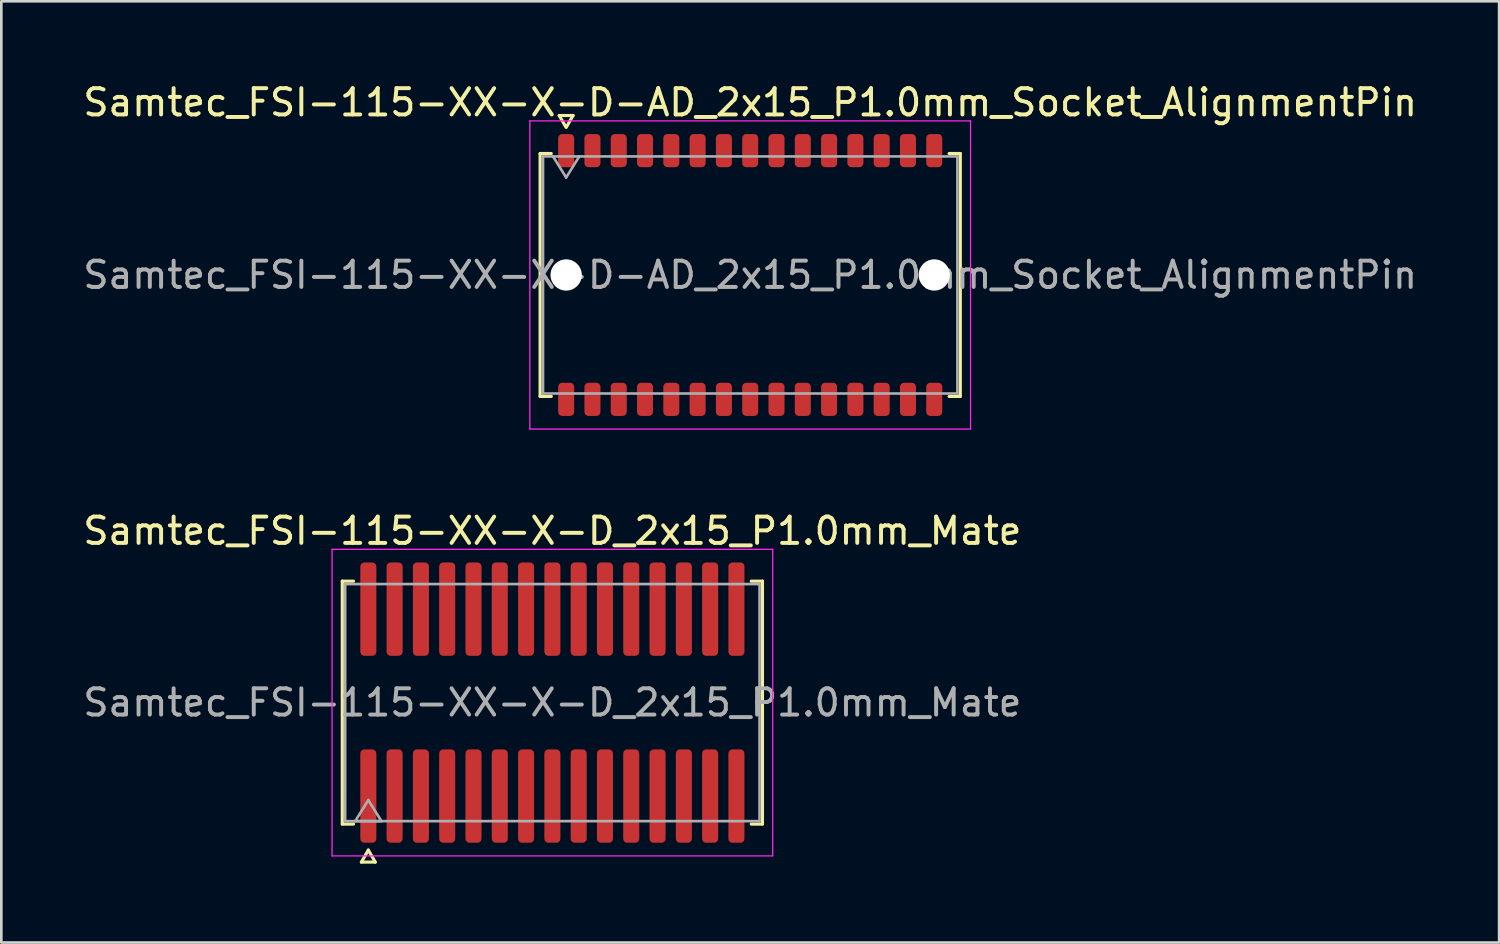
<source format=kicad_pcb>
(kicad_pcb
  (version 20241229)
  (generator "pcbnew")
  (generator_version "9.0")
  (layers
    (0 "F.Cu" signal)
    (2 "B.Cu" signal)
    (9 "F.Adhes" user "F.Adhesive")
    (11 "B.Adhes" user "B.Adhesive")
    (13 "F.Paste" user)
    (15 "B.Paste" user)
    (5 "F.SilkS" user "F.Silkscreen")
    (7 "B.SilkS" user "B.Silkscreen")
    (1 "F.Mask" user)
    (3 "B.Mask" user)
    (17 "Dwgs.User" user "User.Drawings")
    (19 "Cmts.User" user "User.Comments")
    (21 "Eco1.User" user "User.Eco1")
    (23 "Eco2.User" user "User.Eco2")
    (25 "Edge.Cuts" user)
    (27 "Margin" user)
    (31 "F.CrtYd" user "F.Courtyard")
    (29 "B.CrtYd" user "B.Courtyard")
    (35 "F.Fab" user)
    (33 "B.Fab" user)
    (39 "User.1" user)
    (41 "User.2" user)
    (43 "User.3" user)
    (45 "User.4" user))
  (footprint "Samtec_FSI-115-XX-X-D_2x15_P1.0mm_Mate"
    (layer "F.Cu")
    (at 17.958 23.672)
    (property "Reference" "Samtec_FSI-115-XX-X-D_2x15_P1.0mm_Mate" (at 0 -6.53 0) (layer "F.SilkS") (effects (font (size 1 1) (thickness 0.15))))
    (attr smd exclude_from_pos_files exclude_from_bom)
    (fp_line (start -7.99 -4.619) (end -7.565 -4.619) (stroke (width 0.12) (type solid)) (layer "F.SilkS"))
    (fp_line (start -7.99 4.619) (end -7.99 -4.619) (stroke (width 0.12) (type solid)) (layer "F.SilkS"))
    (fp_line (start -7.565 4.619) (end -7.99 4.619) (stroke (width 0.12) (type solid)) (layer "F.SilkS"))
    (fp_line (start -7.264 6.066) (end -7 5.609) (stroke (width 0.12) (type solid)) (layer "F.SilkS"))
    (fp_line (start -7 5.609) (end -6.736 6.066) (stroke (width 0.12) (type solid)) (layer "F.SilkS"))
    (fp_line (start -6.736 6.066) (end -7.264 6.066) (stroke (width 0.12) (type solid)) (layer "F.SilkS"))
    (fp_line (start 7.565 -4.619) (end 7.99 -4.619) (stroke (width 0.12) (type solid)) (layer "F.SilkS"))
    (fp_line (start 7.99 -4.619) (end 7.99 4.619) (stroke (width 0.12) (type solid)) (layer "F.SilkS"))
    (fp_line (start 7.99 4.619) (end 7.565 4.619) (stroke (width 0.12) (type solid)) (layer "F.SilkS"))
    (fp_line (start -8.38 -5.83) (end -8.38 5.83) (stroke (width 0.05) (type solid)) (layer "F.CrtYd"))
    (fp_line (start -8.38 5.83) (end 8.38 5.83) (stroke (width 0.05) (type solid)) (layer "F.CrtYd"))
    (fp_line (start 8.38 -5.83) (end -8.38 -5.83) (stroke (width 0.05) (type solid)) (layer "F.CrtYd"))
    (fp_line (start 8.38 5.83) (end 8.38 -5.83) (stroke (width 0.05) (type solid)) (layer "F.CrtYd"))
    (fp_line (start -7.88 -4.508) (end 7.88 -4.508) (stroke (width 0.1) (type solid)) (layer "F.Fab"))
    (fp_line (start -7.88 4.508) (end -7.88 -4.508) (stroke (width 0.1) (type solid)) (layer "F.Fab"))
    (fp_line (start -7.5 4.508) (end -7 3.708) (stroke (width 0.1) (type solid)) (layer "F.Fab"))
    (fp_line (start -7 3.708) (end -6.5 4.508) (stroke (width 0.1) (type solid)) (layer "F.Fab"))
    (fp_line (start -6.5 4.508) (end -7.5 4.508) (stroke (width 0.1) (type solid)) (layer "F.Fab"))
    (fp_line (start 7.88 -4.508) (end 7.88 4.508) (stroke (width 0.1) (type solid)) (layer "F.Fab"))
    (fp_line (start 7.88 4.508) (end -7.88 4.508) (stroke (width 0.1) (type solid)) (layer "F.Fab"))
    (fp_text user "${REFERENCE}" (at 0 0 0) (layer "F.Fab") (effects (font (size 1 1) (thickness 0.15))))
    (pad "1" smd roundrect (at -7 3.555) (size 0.61 3.55) (layers "F.Cu" "F.Mask") (roundrect_rratio 0.25))
    (pad "2" smd roundrect (at -7 -3.555) (size 0.61 3.55) (layers "F.Cu" "F.Mask") (roundrect_rratio 0.25))
    (pad "3" smd roundrect (at -6 3.555) (size 0.61 3.55) (layers "F.Cu" "F.Mask") (roundrect_rratio 0.25))
    (pad "4" smd roundrect (at -6 -3.555) (size 0.61 3.55) (layers "F.Cu" "F.Mask") (roundrect_rratio 0.25))
    (pad "5" smd roundrect (at -5 3.555) (size 0.61 3.55) (layers "F.Cu" "F.Mask") (roundrect_rratio 0.25))
    (pad "6" smd roundrect (at -5 -3.555) (size 0.61 3.55) (layers "F.Cu" "F.Mask") (roundrect_rratio 0.25))
    (pad "7" smd roundrect (at -4 3.555) (size 0.61 3.55) (layers "F.Cu" "F.Mask") (roundrect_rratio 0.25))
    (pad "8" smd roundrect (at -4 -3.555) (size 0.61 3.55) (layers "F.Cu" "F.Mask") (roundrect_rratio 0.25))
    (pad "9" smd roundrect (at -3 3.555) (size 0.61 3.55) (layers "F.Cu" "F.Mask") (roundrect_rratio 0.25))
    (pad "10" smd roundrect (at -3 -3.555) (size 0.61 3.55) (layers "F.Cu" "F.Mask") (roundrect_rratio 0.25))
    (pad "11" smd roundrect (at -2 3.555) (size 0.61 3.55) (layers "F.Cu" "F.Mask") (roundrect_rratio 0.25))
    (pad "12" smd roundrect (at -2 -3.555) (size 0.61 3.55) (layers "F.Cu" "F.Mask") (roundrect_rratio 0.25))
    (pad "13" smd roundrect (at -1 3.555) (size 0.61 3.55) (layers "F.Cu" "F.Mask") (roundrect_rratio 0.25))
    (pad "14" smd roundrect (at -1 -3.555) (size 0.61 3.55) (layers "F.Cu" "F.Mask") (roundrect_rratio 0.25))
    (pad "15" smd roundrect (at 0 3.555) (size 0.61 3.55) (layers "F.Cu" "F.Mask") (roundrect_rratio 0.25))
    (pad "16" smd roundrect (at 0 -3.555) (size 0.61 3.55) (layers "F.Cu" "F.Mask") (roundrect_rratio 0.25))
    (pad "17" smd roundrect (at 1 3.555) (size 0.61 3.55) (layers "F.Cu" "F.Mask") (roundrect_rratio 0.25))
    (pad "18" smd roundrect (at 1 -3.555) (size 0.61 3.55) (layers "F.Cu" "F.Mask") (roundrect_rratio 0.25))
    (pad "19" smd roundrect (at 2 3.555) (size 0.61 3.55) (layers "F.Cu" "F.Mask") (roundrect_rratio 0.25))
    (pad "20" smd roundrect (at 2 -3.555) (size 0.61 3.55) (layers "F.Cu" "F.Mask") (roundrect_rratio 0.25))
    (pad "21" smd roundrect (at 3 3.555) (size 0.61 3.55) (layers "F.Cu" "F.Mask") (roundrect_rratio 0.25))
    (pad "22" smd roundrect (at 3 -3.555) (size 0.61 3.55) (layers "F.Cu" "F.Mask") (roundrect_rratio 0.25))
    (pad "23" smd roundrect (at 4 3.555) (size 0.61 3.55) (layers "F.Cu" "F.Mask") (roundrect_rratio 0.25))
    (pad "24" smd roundrect (at 4 -3.555) (size 0.61 3.55) (layers "F.Cu" "F.Mask") (roundrect_rratio 0.25))
    (pad "25" smd roundrect (at 5 3.555) (size 0.61 3.55) (layers "F.Cu" "F.Mask") (roundrect_rratio 0.25))
    (pad "26" smd roundrect (at 5 -3.555) (size 0.61 3.55) (layers "F.Cu" "F.Mask") (roundrect_rratio 0.25))
    (pad "27" smd roundrect (at 6 3.555) (size 0.61 3.55) (layers "F.Cu" "F.Mask") (roundrect_rratio 0.25))
    (pad "28" smd roundrect (at 6 -3.555) (size 0.61 3.55) (layers "F.Cu" "F.Mask") (roundrect_rratio 0.25))
    (pad "29" smd roundrect (at 7 3.555) (size 0.61 3.55) (layers "F.Cu" "F.Mask") (roundrect_rratio 0.25))
    (pad "30" smd roundrect (at 7 -3.555) (size 0.61 3.55) (layers "F.Cu" "F.Mask") (roundrect_rratio 0.25)))
  (footprint "Samtec_FSI-115-XX-X-D-AD_2x15_P1.0mm_Socket_AlignmentPin"
    (layer "F.Cu")
    (at 25.482 7.408)
    (property "Reference" "Samtec_FSI-115-XX-X-D-AD_2x15_P1.0mm_Socket_AlignmentPin" (at 0 -6.56 0) (layer "F.SilkS") (effects (font (size 1 1) (thickness 0.15))))
    (attr smd)
    (fp_line (start -7.99 -4.619) (end -7.565 -4.619) (stroke (width 0.12) (type solid)) (layer "F.SilkS"))
    (fp_line (start -7.99 4.619) (end -7.99 -4.619) (stroke (width 0.12) (type solid)) (layer "F.SilkS"))
    (fp_line (start -7.565 4.619) (end -7.99 4.619) (stroke (width 0.12) (type solid)) (layer "F.SilkS"))
    (fp_line (start -7.264 -6.066) (end -7.007 -5.62) (stroke (width 0.12) (type solid)) (layer "F.SilkS"))
    (fp_line (start -6.993 -5.62) (end -6.736 -6.066) (stroke (width 0.12) (type solid)) (layer "F.SilkS"))
    (fp_line (start -6.736 -6.066) (end -7.264 -6.066) (stroke (width 0.12) (type solid)) (layer "F.SilkS"))
    (fp_line (start 7.565 -4.619) (end 7.99 -4.619) (stroke (width 0.12) (type solid)) (layer "F.SilkS"))
    (fp_line (start 7.99 -4.619) (end 7.99 4.619) (stroke (width 0.12) (type solid)) (layer "F.SilkS"))
    (fp_line (start 7.99 4.619) (end 7.565 4.619) (stroke (width 0.12) (type solid)) (layer "F.SilkS"))
    (fp_line (start -8.38 -5.86) (end -8.38 5.86) (stroke (width 0.05) (type solid)) (layer "F.CrtYd"))
    (fp_line (start -8.38 5.86) (end 8.38 5.86) (stroke (width 0.05) (type solid)) (layer "F.CrtYd"))
    (fp_line (start 8.38 -5.86) (end -8.38 -5.86) (stroke (width 0.05) (type solid)) (layer "F.CrtYd"))
    (fp_line (start 8.38 5.86) (end 8.38 -5.86) (stroke (width 0.05) (type solid)) (layer "F.CrtYd"))
    (fp_line (start -7.88 -4.508) (end 7.88 -4.508) (stroke (width 0.1) (type solid)) (layer "F.Fab"))
    (fp_line (start -7.88 4.508) (end -7.88 -4.508) (stroke (width 0.1) (type solid)) (layer "F.Fab"))
    (fp_line (start -7.5 -4.508) (end -7 -3.708) (stroke (width 0.1) (type solid)) (layer "F.Fab"))
    (fp_line (start -7 -3.708) (end -6.5 -4.508) (stroke (width 0.1) (type solid)) (layer "F.Fab"))
    (fp_line (start 7.88 -4.508) (end 7.88 4.508) (stroke (width 0.1) (type solid)) (layer "F.Fab"))
    (fp_line (start 7.88 4.508) (end -7.88 4.508) (stroke (width 0.1) (type solid)) (layer "F.Fab"))
    (fp_text user "${REFERENCE}" (at 0 0 0) (layer "F.Fab") (effects (font (size 1 1) (thickness 0.15))))
    (pad "" np_thru_hole circle (at -7 0) (size 1.19 1.19) (drill 1.19) (layers "*.Cu" "*.Mask"))
    (pad "" np_thru_hole circle (at 7 0) (size 1.19 1.19) (drill 1.19) (layers "*.Cu" "*.Mask"))
    (pad "1" smd roundrect (at -7 -4.73) (size 0.61 1.26) (layers "F.Cu" "F.Mask" "F.Paste") (roundrect_rratio 0.25))
    (pad "2" smd roundrect (at -7 4.73) (size 0.61 1.26) (layers "F.Cu" "F.Mask" "F.Paste") (roundrect_rratio 0.25))
    (pad "3" smd roundrect (at -6 -4.73) (size 0.61 1.26) (layers "F.Cu" "F.Mask" "F.Paste") (roundrect_rratio 0.25))
    (pad "4" smd roundrect (at -6 4.73) (size 0.61 1.26) (layers "F.Cu" "F.Mask" "F.Paste") (roundrect_rratio 0.25))
    (pad "5" smd roundrect (at -5 -4.73) (size 0.61 1.26) (layers "F.Cu" "F.Mask" "F.Paste") (roundrect_rratio 0.25))
    (pad "6" smd roundrect (at -5 4.73) (size 0.61 1.26) (layers "F.Cu" "F.Mask" "F.Paste") (roundrect_rratio 0.25))
    (pad "7" smd roundrect (at -4 -4.73) (size 0.61 1.26) (layers "F.Cu" "F.Mask" "F.Paste") (roundrect_rratio 0.25))
    (pad "8" smd roundrect (at -4 4.73) (size 0.61 1.26) (layers "F.Cu" "F.Mask" "F.Paste") (roundrect_rratio 0.25))
    (pad "9" smd roundrect (at -3 -4.73) (size 0.61 1.26) (layers "F.Cu" "F.Mask" "F.Paste") (roundrect_rratio 0.25))
    (pad "10" smd roundrect (at -3 4.73) (size 0.61 1.26) (layers "F.Cu" "F.Mask" "F.Paste") (roundrect_rratio 0.25))
    (pad "11" smd roundrect (at -2 -4.73) (size 0.61 1.26) (layers "F.Cu" "F.Mask" "F.Paste") (roundrect_rratio 0.25))
    (pad "12" smd roundrect (at -2 4.73) (size 0.61 1.26) (layers "F.Cu" "F.Mask" "F.Paste") (roundrect_rratio 0.25))
    (pad "13" smd roundrect (at -1 -4.73) (size 0.61 1.26) (layers "F.Cu" "F.Mask" "F.Paste") (roundrect_rratio 0.25))
    (pad "14" smd roundrect (at -1 4.73) (size 0.61 1.26) (layers "F.Cu" "F.Mask" "F.Paste") (roundrect_rratio 0.25))
    (pad "15" smd roundrect (at 0 -4.73) (size 0.61 1.26) (layers "F.Cu" "F.Mask" "F.Paste") (roundrect_rratio 0.25))
    (pad "16" smd roundrect (at 0 4.73) (size 0.61 1.26) (layers "F.Cu" "F.Mask" "F.Paste") (roundrect_rratio 0.25))
    (pad "17" smd roundrect (at 1 -4.73) (size 0.61 1.26) (layers "F.Cu" "F.Mask" "F.Paste") (roundrect_rratio 0.25))
    (pad "18" smd roundrect (at 1 4.73) (size 0.61 1.26) (layers "F.Cu" "F.Mask" "F.Paste") (roundrect_rratio 0.25))
    (pad "19" smd roundrect (at 2 -4.73) (size 0.61 1.26) (layers "F.Cu" "F.Mask" "F.Paste") (roundrect_rratio 0.25))
    (pad "20" smd roundrect (at 2 4.73) (size 0.61 1.26) (layers "F.Cu" "F.Mask" "F.Paste") (roundrect_rratio 0.25))
    (pad "21" smd roundrect (at 3 -4.73) (size 0.61 1.26) (layers "F.Cu" "F.Mask" "F.Paste") (roundrect_rratio 0.25))
    (pad "22" smd roundrect (at 3 4.73) (size 0.61 1.26) (layers "F.Cu" "F.Mask" "F.Paste") (roundrect_rratio 0.25))
    (pad "23" smd roundrect (at 4 -4.73) (size 0.61 1.26) (layers "F.Cu" "F.Mask" "F.Paste") (roundrect_rratio 0.25))
    (pad "24" smd roundrect (at 4 4.73) (size 0.61 1.26) (layers "F.Cu" "F.Mask" "F.Paste") (roundrect_rratio 0.25))
    (pad "25" smd roundrect (at 5 -4.73) (size 0.61 1.26) (layers "F.Cu" "F.Mask" "F.Paste") (roundrect_rratio 0.25))
    (pad "26" smd roundrect (at 5 4.73) (size 0.61 1.26) (layers "F.Cu" "F.Mask" "F.Paste") (roundrect_rratio 0.25))
    (pad "27" smd roundrect (at 6 -4.73) (size 0.61 1.26) (layers "F.Cu" "F.Mask" "F.Paste") (roundrect_rratio 0.25))
    (pad "28" smd roundrect (at 6 4.73) (size 0.61 1.26) (layers "F.Cu" "F.Mask" "F.Paste") (roundrect_rratio 0.25))
    (pad "29" smd roundrect (at 7 -4.73) (size 0.61 1.26) (layers "F.Cu" "F.Mask" "F.Paste") (roundrect_rratio 0.25))
    (pad "30" smd roundrect (at 7 4.73) (size 0.61 1.26) (layers "F.Cu" "F.Mask" "F.Paste") (roundrect_rratio 0.25)))
  (gr_rect
    (start -3 -3)
    (end 53.964 32.797)
    (stroke (width 0.1) (type default))
    (fill no)
    (layer "Edge.Cuts")))
</source>
